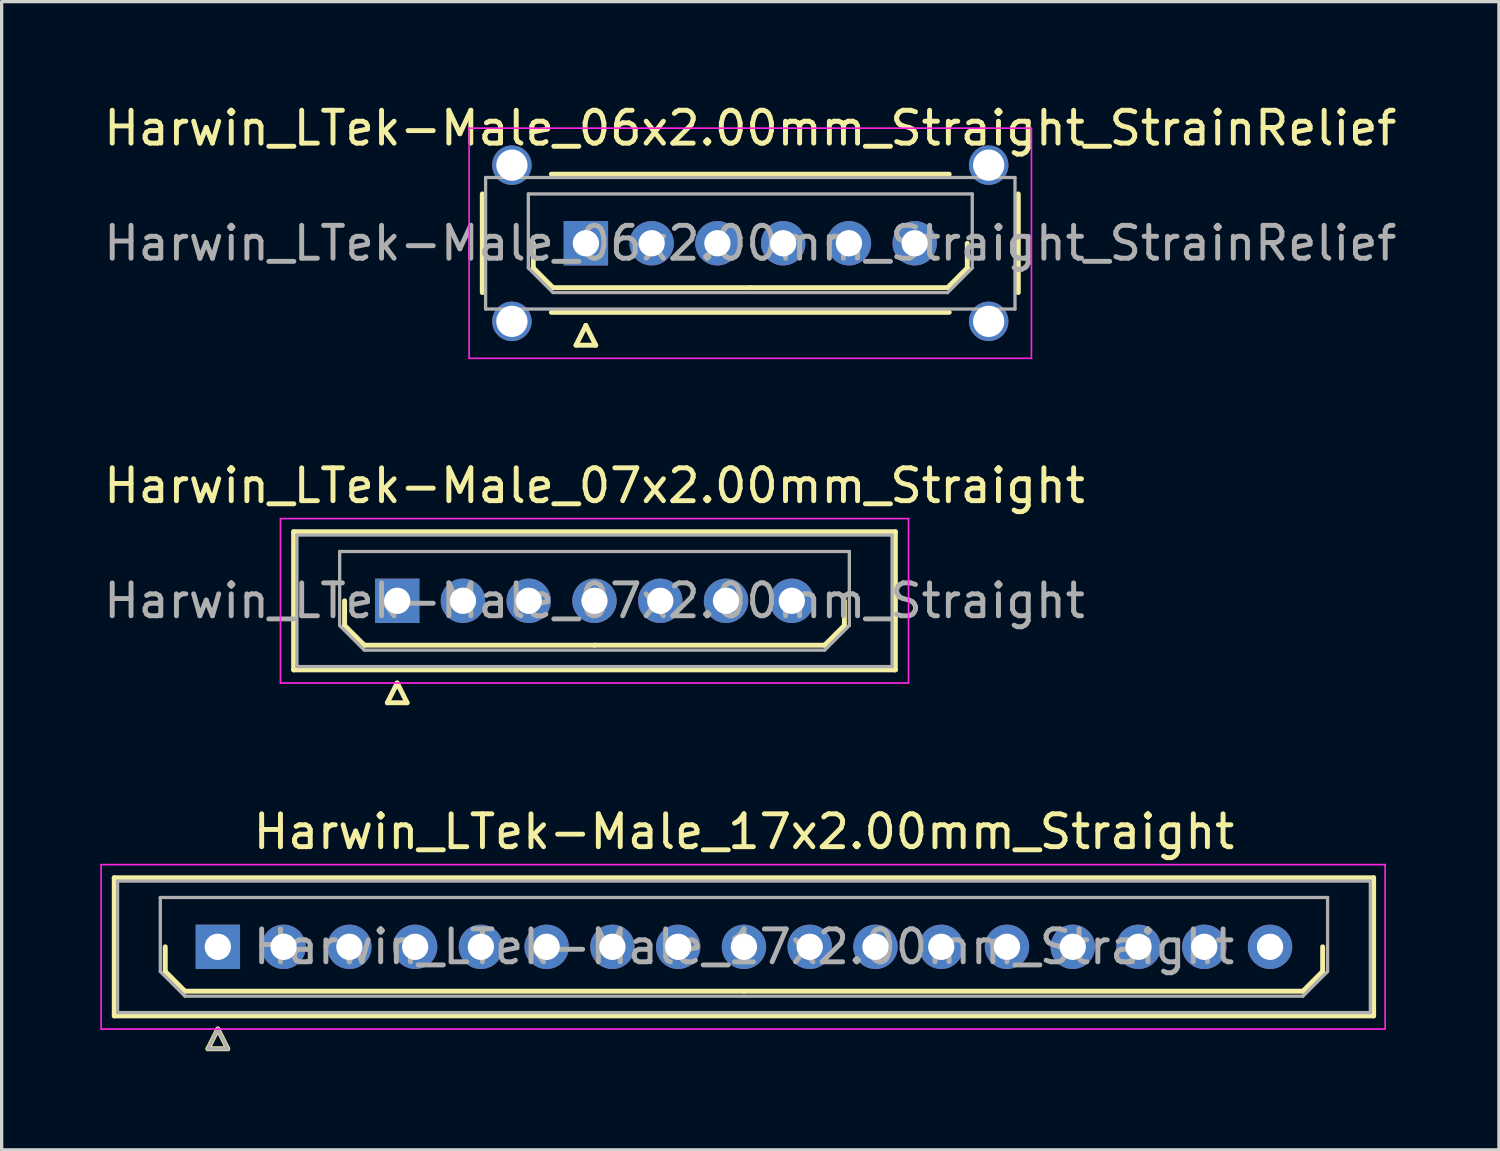
<source format=kicad_pcb>
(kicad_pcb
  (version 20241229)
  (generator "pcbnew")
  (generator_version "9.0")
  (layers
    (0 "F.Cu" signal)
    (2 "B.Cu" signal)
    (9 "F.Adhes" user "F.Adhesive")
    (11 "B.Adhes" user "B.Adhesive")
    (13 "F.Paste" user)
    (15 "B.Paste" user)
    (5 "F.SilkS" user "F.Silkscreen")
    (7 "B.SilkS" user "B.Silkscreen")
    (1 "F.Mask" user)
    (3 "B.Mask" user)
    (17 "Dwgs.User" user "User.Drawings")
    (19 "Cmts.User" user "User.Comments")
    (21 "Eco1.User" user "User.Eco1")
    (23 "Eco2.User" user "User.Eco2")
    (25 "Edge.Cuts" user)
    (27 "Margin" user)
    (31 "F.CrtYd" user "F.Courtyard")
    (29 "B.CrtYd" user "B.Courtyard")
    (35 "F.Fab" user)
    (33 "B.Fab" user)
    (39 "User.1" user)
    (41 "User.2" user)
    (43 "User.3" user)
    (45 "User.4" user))
  (footprint "Harwin_LTek-Male_17x2.00mm_Straight"
    (layer "F.Cu")
    (at 3.575 25.745)
    (property "Reference" "Harwin_LTek-Male_17x2.00mm_Straight" (at 16 -3.5 0) (layer "F.SilkS") (effects (font (size 1 1) (thickness 0.15))))
    (attr through_hole)
    (fp_line (start -3.15 -2.1) (end -3.15 2.1) (stroke (width 0.15) (type solid)) (layer "F.SilkS"))
    (fp_line (start -3.15 2.1) (end 35.15 2.1) (stroke (width 0.15) (type solid)) (layer "F.SilkS"))
    (fp_line (start -1.6 0) (end -1.6 0.75) (stroke (width 0.15) (type solid)) (layer "F.SilkS"))
    (fp_line (start -1.6 0.75) (end -1 1.35) (stroke (width 0.15) (type solid)) (layer "F.SilkS"))
    (fp_line (start -1 1.35) (end 16 1.35) (stroke (width 0.15) (type solid)) (layer "F.SilkS"))
    (fp_line (start -0.3 3.1) (end 0.3 3.1) (stroke (width 0.15) (type solid)) (layer "F.SilkS"))
    (fp_line (start 0 2.5) (end -0.3 3.1) (stroke (width 0.15) (type solid)) (layer "F.SilkS"))
    (fp_line (start 0.3 3.1) (end 0 2.5) (stroke (width 0.15) (type solid)) (layer "F.SilkS"))
    (fp_line (start 33 1.35) (end 16 1.35) (stroke (width 0.15) (type solid)) (layer "F.SilkS"))
    (fp_line (start 33.6 0) (end 33.6 0.75) (stroke (width 0.15) (type solid)) (layer "F.SilkS"))
    (fp_line (start 33.6 0.75) (end 33 1.35) (stroke (width 0.15) (type solid)) (layer "F.SilkS"))
    (fp_line (start 35.15 -2.1) (end -3.15 -2.1) (stroke (width 0.15) (type solid)) (layer "F.SilkS"))
    (fp_line (start 35.15 2.1) (end 35.15 -2.1) (stroke (width 0.15) (type solid)) (layer "F.SilkS"))
    (fp_line (start -3.55 -2.5) (end -3.55 2.5) (stroke (width 0.05) (type solid)) (layer "F.CrtYd"))
    (fp_line (start -3.55 2.5) (end 35.5 2.5) (stroke (width 0.05) (type solid)) (layer "F.CrtYd"))
    (fp_line (start 35.5 -2.5) (end -3.55 -2.5) (stroke (width 0.05) (type solid)) (layer "F.CrtYd"))
    (fp_line (start 35.5 2.5) (end 35.5 -2.5) (stroke (width 0.05) (type solid)) (layer "F.CrtYd"))
    (fp_line (start -3.05 -2) (end -3.05 2) (stroke (width 0.1) (type solid)) (layer "F.Fab"))
    (fp_line (start -3.05 2) (end 35.05 2) (stroke (width 0.1) (type solid)) (layer "F.Fab"))
    (fp_line (start -1.75 -1.5) (end 33.75 -1.5) (stroke (width 0.1) (type solid)) (layer "F.Fab"))
    (fp_line (start -1.75 0.75) (end -1.75 -1.5) (stroke (width 0.1) (type solid)) (layer "F.Fab"))
    (fp_line (start -1 1.5) (end -1.75 0.75) (stroke (width 0.1) (type solid)) (layer "F.Fab"))
    (fp_line (start -0.3 3.1) (end 0.3 3.1) (stroke (width 0.1) (type solid)) (layer "F.Fab"))
    (fp_line (start 0 2.5) (end -0.3 3.1) (stroke (width 0.1) (type solid)) (layer "F.Fab"))
    (fp_line (start 0.3 3.1) (end 0 2.5) (stroke (width 0.1) (type solid)) (layer "F.Fab"))
    (fp_line (start 33 1.5) (end -1 1.5) (stroke (width 0.1) (type solid)) (layer "F.Fab"))
    (fp_line (start 33.75 -1.5) (end 33.75 0.75) (stroke (width 0.1) (type solid)) (layer "F.Fab"))
    (fp_line (start 33.75 0.75) (end 33 1.5) (stroke (width 0.1) (type solid)) (layer "F.Fab"))
    (fp_line (start 35.05 -2) (end -3.05 -2) (stroke (width 0.1) (type solid)) (layer "F.Fab"))
    (fp_line (start 35.05 2) (end 35.05 -2) (stroke (width 0.1) (type solid)) (layer "F.Fab"))
    (fp_text user "${REFERENCE}" (at 16 0 0) (layer "F.Fab") (effects (font (size 1 1) (thickness 0.15))))
    (pad "1" thru_hole rect (at 0 0) (size 1.35 1.35) (drill 0.8) (layers "*.Cu" "*.Mask"))
    (pad "2" thru_hole circle (at 2 0) (size 1.35 1.35) (drill 0.8) (layers "*.Cu" "*.Mask"))
    (pad "3" thru_hole circle (at 4 0) (size 1.35 1.35) (drill 0.8) (layers "*.Cu" "*.Mask"))
    (pad "4" thru_hole circle (at 6 0) (size 1.35 1.35) (drill 0.8) (layers "*.Cu" "*.Mask"))
    (pad "5" thru_hole circle (at 8 0) (size 1.35 1.35) (drill 0.8) (layers "*.Cu" "*.Mask"))
    (pad "6" thru_hole circle (at 10 0) (size 1.35 1.35) (drill 0.8) (layers "*.Cu" "*.Mask"))
    (pad "7" thru_hole circle (at 12 0) (size 1.35 1.35) (drill 0.8) (layers "*.Cu" "*.Mask"))
    (pad "8" thru_hole circle (at 14 0) (size 1.35 1.35) (drill 0.8) (layers "*.Cu" "*.Mask"))
    (pad "9" thru_hole circle (at 16 0) (size 1.35 1.35) (drill 0.8) (layers "*.Cu" "*.Mask"))
    (pad "10" thru_hole circle (at 18 0) (size 1.35 1.35) (drill 0.8) (layers "*.Cu" "*.Mask"))
    (pad "11" thru_hole circle (at 20 0) (size 1.35 1.35) (drill 0.8) (layers "*.Cu" "*.Mask"))
    (pad "12" thru_hole circle (at 22 0) (size 1.35 1.35) (drill 0.8) (layers "*.Cu" "*.Mask"))
    (pad "13" thru_hole circle (at 24 0) (size 1.35 1.35) (drill 0.8) (layers "*.Cu" "*.Mask"))
    (pad "14" thru_hole circle (at 26 0) (size 1.35 1.35) (drill 0.8) (layers "*.Cu" "*.Mask"))
    (pad "15" thru_hole circle (at 28 0) (size 1.35 1.35) (drill 0.8) (layers "*.Cu" "*.Mask"))
    (pad "16" thru_hole circle (at 30 0) (size 1.35 1.35) (drill 0.8) (layers "*.Cu" "*.Mask"))
    (pad "17" thru_hole circle (at 32 0) (size 1.35 1.35) (drill 0.8) (layers "*.Cu" "*.Mask")))
  (footprint "Harwin_LTek-Male_06x2.00mm_Straight_StrainRelief"
    (layer "F.Cu")
    (at 14.768 4.348)
    (property "Reference" "Harwin_LTek-Male_06x2.00mm_Straight_StrainRelief" (at 5 -3.5 0) (layer "F.SilkS") (effects (font (size 1 1) (thickness 0.15))))
    (attr through_hole)
    (fp_line (start -3.15 -1.5) (end -3.15 1.5) (stroke (width 0.15) (type solid)) (layer "F.SilkS"))
    (fp_line (start -1.6 0) (end -1.6 0.75) (stroke (width 0.15) (type solid)) (layer "F.SilkS"))
    (fp_line (start -1.6 0.75) (end -1 1.35) (stroke (width 0.15) (type solid)) (layer "F.SilkS"))
    (fp_line (start -1.05 -2.1) (end 11.05 -2.1) (stroke (width 0.15) (type solid)) (layer "F.SilkS"))
    (fp_line (start -1.05 2.1) (end 11.05 2.1) (stroke (width 0.15) (type solid)) (layer "F.SilkS"))
    (fp_line (start -1 1.35) (end 5 1.35) (stroke (width 0.15) (type solid)) (layer "F.SilkS"))
    (fp_line (start -0.3 3.1) (end 0.3 3.1) (stroke (width 0.15) (type solid)) (layer "F.SilkS"))
    (fp_line (start 0 2.5) (end -0.3 3.1) (stroke (width 0.15) (type solid)) (layer "F.SilkS"))
    (fp_line (start 0.3 3.1) (end 0 2.5) (stroke (width 0.15) (type solid)) (layer "F.SilkS"))
    (fp_line (start 11 1.35) (end 5 1.35) (stroke (width 0.15) (type solid)) (layer "F.SilkS"))
    (fp_line (start 11.6 0) (end 11.6 0.75) (stroke (width 0.15) (type solid)) (layer "F.SilkS"))
    (fp_line (start 11.6 0.75) (end 11 1.35) (stroke (width 0.15) (type solid)) (layer "F.SilkS"))
    (fp_line (start 13.15 -1.5) (end 13.15 1.5) (stroke (width 0.15) (type solid)) (layer "F.SilkS"))
    (fp_line (start -3.55 -3.5) (end -3.55 3.5) (stroke (width 0.05) (type solid)) (layer "F.CrtYd"))
    (fp_line (start -3.55 3.5) (end 13.55 3.5) (stroke (width 0.05) (type solid)) (layer "F.CrtYd"))
    (fp_line (start 13.55 -3.5) (end -3.55 -3.5) (stroke (width 0.05) (type solid)) (layer "F.CrtYd"))
    (fp_line (start 13.55 3.5) (end 13.55 -3.5) (stroke (width 0.05) (type solid)) (layer "F.CrtYd"))
    (fp_line (start -3.05 -2) (end -3.05 2) (stroke (width 0.1) (type solid)) (layer "F.Fab"))
    (fp_line (start -3.05 2) (end 13.05 2) (stroke (width 0.1) (type solid)) (layer "F.Fab"))
    (fp_line (start -1.75 -1.5) (end 11.75 -1.5) (stroke (width 0.1) (type solid)) (layer "F.Fab"))
    (fp_line (start -1.75 0.75) (end -1.75 -1.5) (stroke (width 0.1) (type solid)) (layer "F.Fab"))
    (fp_line (start -1 1.5) (end -1.75 0.75) (stroke (width 0.1) (type solid)) (layer "F.Fab"))
    (fp_line (start 11 1.5) (end -1 1.5) (stroke (width 0.1) (type solid)) (layer "F.Fab"))
    (fp_line (start 11.75 -1.5) (end 11.75 0.75) (stroke (width 0.1) (type solid)) (layer "F.Fab"))
    (fp_line (start 11.75 0.75) (end 11 1.5) (stroke (width 0.1) (type solid)) (layer "F.Fab"))
    (fp_line (start 13.05 -2) (end -3.05 -2) (stroke (width 0.1) (type solid)) (layer "F.Fab"))
    (fp_line (start 13.05 2) (end 13.05 -2) (stroke (width 0.1) (type solid)) (layer "F.Fab"))
    (fp_text user "${REFERENCE}" (at 5 0 0) (layer "F.Fab") (effects (font (size 1 1) (thickness 0.15))))
    (pad "" thru_hole circle (at -2.25 -2.375) (size 1.2 1.2) (drill 0.95) (layers "*.Cu" "*.Mask"))
    (pad "" thru_hole circle (at -2.25 2.375) (size 1.2 1.2) (drill 0.95) (layers "*.Cu" "*.Mask"))
    (pad "" thru_hole circle (at 12.25 -2.375) (size 1.2 1.2) (drill 0.95) (layers "*.Cu" "*.Mask"))
    (pad "" thru_hole circle (at 12.25 2.375) (size 1.2 1.2) (drill 0.95) (layers "*.Cu" "*.Mask"))
    (pad "1" thru_hole rect (at 0 0) (size 1.35 1.35) (drill 0.8) (layers "*.Cu" "*.Mask"))
    (pad "2" thru_hole circle (at 2 0) (size 1.35 1.35) (drill 0.8) (layers "*.Cu" "*.Mask"))
    (pad "3" thru_hole circle (at 4 0) (size 1.35 1.35) (drill 0.8) (layers "*.Cu" "*.Mask"))
    (pad "4" thru_hole circle (at 6 0) (size 1.35 1.35) (drill 0.8) (layers "*.Cu" "*.Mask"))
    (pad "5" thru_hole circle (at 8 0) (size 1.35 1.35) (drill 0.8) (layers "*.Cu" "*.Mask"))
    (pad "6" thru_hole circle (at 10 0) (size 1.35 1.35) (drill 0.8) (layers "*.Cu" "*.Mask")))
  (footprint "Harwin_LTek-Male_07x2.00mm_Straight"
    (layer "F.Cu")
    (at 9.03 15.222)
    (property "Reference" "Harwin_LTek-Male_07x2.00mm_Straight" (at 6 -3.5 0) (layer "F.SilkS") (effects (font (size 1 1) (thickness 0.15))))
    (attr through_hole)
    (fp_line (start -3.15 -2.1) (end -3.15 2.1) (stroke (width 0.15) (type solid)) (layer "F.SilkS"))
    (fp_line (start -3.15 2.1) (end 15.15 2.1) (stroke (width 0.15) (type solid)) (layer "F.SilkS"))
    (fp_line (start -1.6 0) (end -1.6 0.75) (stroke (width 0.15) (type solid)) (layer "F.SilkS"))
    (fp_line (start -1.6 0.75) (end -1 1.35) (stroke (width 0.15) (type solid)) (layer "F.SilkS"))
    (fp_line (start -1 1.35) (end 6 1.35) (stroke (width 0.15) (type solid)) (layer "F.SilkS"))
    (fp_line (start -0.3 3.1) (end 0.3 3.1) (stroke (width 0.15) (type solid)) (layer "F.SilkS"))
    (fp_line (start 0 2.5) (end -0.3 3.1) (stroke (width 0.15) (type solid)) (layer "F.SilkS"))
    (fp_line (start 0.3 3.1) (end 0 2.5) (stroke (width 0.15) (type solid)) (layer "F.SilkS"))
    (fp_line (start 13 1.35) (end 6 1.35) (stroke (width 0.15) (type solid)) (layer "F.SilkS"))
    (fp_line (start 13.6 0) (end 13.6 0.75) (stroke (width 0.15) (type solid)) (layer "F.SilkS"))
    (fp_line (start 13.6 0.75) (end 13 1.35) (stroke (width 0.15) (type solid)) (layer "F.SilkS"))
    (fp_line (start 15.15 -2.1) (end -3.15 -2.1) (stroke (width 0.15) (type solid)) (layer "F.SilkS"))
    (fp_line (start 15.15 2.1) (end 15.15 -2.1) (stroke (width 0.15) (type solid)) (layer "F.SilkS"))
    (fp_line (start -3.55 -2.5) (end -3.55 2.5) (stroke (width 0.05) (type solid)) (layer "F.CrtYd"))
    (fp_line (start -3.55 2.5) (end 15.55 2.5) (stroke (width 0.05) (type solid)) (layer "F.CrtYd"))
    (fp_line (start 15.55 -2.5) (end -3.55 -2.5) (stroke (width 0.05) (type solid)) (layer "F.CrtYd"))
    (fp_line (start 15.55 2.5) (end 15.55 -2.5) (stroke (width 0.05) (type solid)) (layer "F.CrtYd"))
    (fp_line (start -3.05 -2) (end -3.05 2) (stroke (width 0.1) (type solid)) (layer "F.Fab"))
    (fp_line (start -3.05 2) (end 15.05 2) (stroke (width 0.1) (type solid)) (layer "F.Fab"))
    (fp_line (start -1.75 -1.5) (end 13.75 -1.5) (stroke (width 0.1) (type solid)) (layer "F.Fab"))
    (fp_line (start -1.75 0.75) (end -1.75 -1.5) (stroke (width 0.1) (type solid)) (layer "F.Fab"))
    (fp_line (start -1 1.5) (end -1.75 0.75) (stroke (width 0.1) (type solid)) (layer "F.Fab"))
    (fp_line (start 13 1.5) (end -1 1.5) (stroke (width 0.1) (type solid)) (layer "F.Fab"))
    (fp_line (start 13.75 -1.5) (end 13.75 0.75) (stroke (width 0.1) (type solid)) (layer "F.Fab"))
    (fp_line (start 13.75 0.75) (end 13 1.5) (stroke (width 0.1) (type solid)) (layer "F.Fab"))
    (fp_line (start 15.05 -2) (end -3.05 -2) (stroke (width 0.1) (type solid)) (layer "F.Fab"))
    (fp_line (start 15.05 2) (end 15.05 -2) (stroke (width 0.1) (type solid)) (layer "F.Fab"))
    (fp_text user "${REFERENCE}" (at 6 0 0) (layer "F.Fab") (effects (font (size 1 1) (thickness 0.15))))
    (pad "1" thru_hole rect (at 0 0) (size 1.35 1.35) (drill 0.8) (layers "*.Cu" "*.Mask"))
    (pad "2" thru_hole circle (at 2 0) (size 1.35 1.35) (drill 0.8) (layers "*.Cu" "*.Mask"))
    (pad "3" thru_hole circle (at 4 0) (size 1.35 1.35) (drill 0.8) (layers "*.Cu" "*.Mask"))
    (pad "4" thru_hole circle (at 6 0) (size 1.35 1.35) (drill 0.8) (layers "*.Cu" "*.Mask"))
    (pad "5" thru_hole circle (at 8 0) (size 1.35 1.35) (drill 0.8) (layers "*.Cu" "*.Mask"))
    (pad "6" thru_hole circle (at 10 0) (size 1.35 1.35) (drill 0.8) (layers "*.Cu" "*.Mask"))
    (pad "7" thru_hole circle (at 12 0) (size 1.35 1.35) (drill 0.8) (layers "*.Cu" "*.Mask")))
  (gr_rect
    (start -3 -3)
    (end 42.536 31.92)
    (stroke (width 0.1) (type default))
    (fill no)
    (layer "Edge.Cuts")))
</source>
